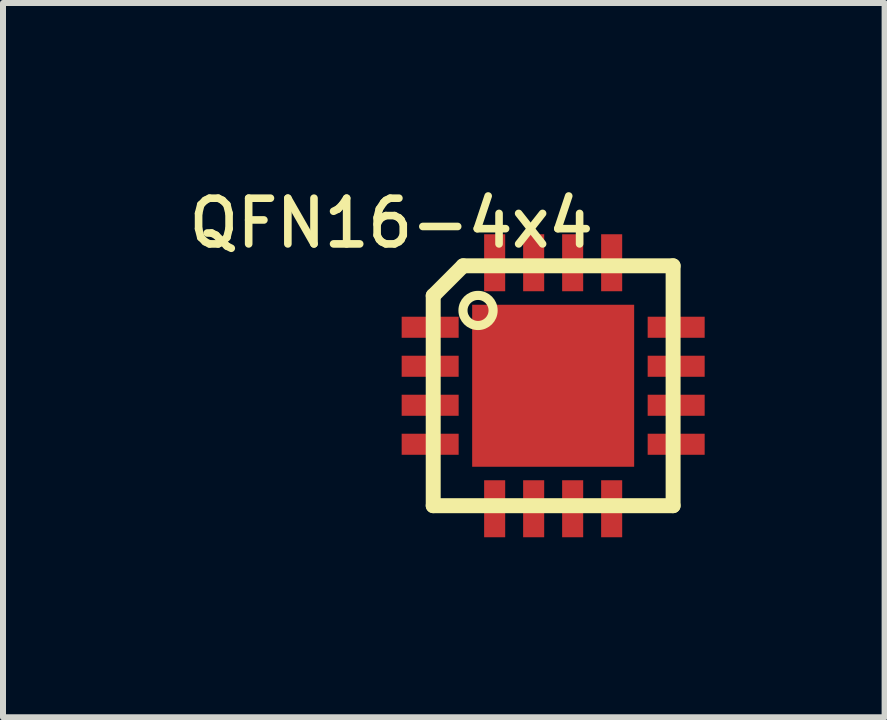
<source format=kicad_pcb>
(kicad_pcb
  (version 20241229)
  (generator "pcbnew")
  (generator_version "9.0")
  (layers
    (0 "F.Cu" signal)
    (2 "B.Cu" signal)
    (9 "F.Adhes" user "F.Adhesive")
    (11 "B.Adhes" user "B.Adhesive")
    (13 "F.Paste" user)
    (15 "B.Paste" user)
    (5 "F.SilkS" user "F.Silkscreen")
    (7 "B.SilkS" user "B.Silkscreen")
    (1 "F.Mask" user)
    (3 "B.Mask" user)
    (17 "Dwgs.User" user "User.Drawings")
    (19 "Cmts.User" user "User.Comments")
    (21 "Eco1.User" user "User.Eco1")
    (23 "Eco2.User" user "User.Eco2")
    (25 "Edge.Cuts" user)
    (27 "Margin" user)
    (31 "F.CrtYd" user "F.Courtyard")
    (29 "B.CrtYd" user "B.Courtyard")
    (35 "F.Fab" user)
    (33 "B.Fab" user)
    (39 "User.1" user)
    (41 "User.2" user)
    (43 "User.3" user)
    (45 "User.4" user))
  (footprint "QFN16-4x4"
    (layer "F.Cu")
    (at 6.169 3.379)
    (property "Reference" "QFN16-4x4" (at -2.698 -2.71 0) (layer "F.SilkS") (effects (font (size 0.762 0.762) (thickness 0.127))))
    (attr smd)
    (fp_line (start -1.999 -1.501) (end -1.999 1.999) (stroke (width 0.249) (type solid)) (layer "F.SilkS"))
    (fp_line (start -1.501 -1.999) (end -1.999 -1.501) (stroke (width 0.249) (type solid)) (layer "F.SilkS"))
    (fp_line (start 1.999 -1.999) (end -1.501 -1.999) (stroke (width 0.249) (type solid)) (layer "F.SilkS"))
    (fp_line (start 1.999 -1.999) (end 1.999 1.999) (stroke (width 0.249) (type solid)) (layer "F.SilkS"))
    (fp_line (start 1.999 1.999) (end -1.999 1.999) (stroke (width 0.249) (type solid)) (layer "F.SilkS"))
    (fp_circle (center -1.252 -1.255) (end -1.252 -1.506) (stroke (width 0.152) (type solid)) (fill no) (layer "F.SilkS"))
    (pad "1" smd rect (at -2.05 -0.975) (size 0.95 0.351) (layers "F.Cu" "F.Mask" "F.Paste"))
    (pad "2" smd rect (at -2.05 -0.325) (size 0.95 0.351) (layers "F.Cu" "F.Mask" "F.Paste"))
    (pad "3" smd rect (at -2.05 0.325) (size 0.95 0.351) (layers "F.Cu" "F.Mask" "F.Paste"))
    (pad "4" smd rect (at -2.05 0.975) (size 0.95 0.351) (layers "F.Cu" "F.Mask" "F.Paste"))
    (pad "5" smd rect (at -0.975 2.05) (size 0.351 0.95) (layers "F.Cu" "F.Mask" "F.Paste"))
    (pad "6" smd rect (at -0.325 2.05) (size 0.351 0.95) (layers "F.Cu" "F.Mask" "F.Paste"))
    (pad "7" smd rect (at 0.325 2.05) (size 0.351 0.95) (layers "F.Cu" "F.Mask" "F.Paste"))
    (pad "8" smd rect (at 0.975 2.05) (size 0.351 0.95) (layers "F.Cu" "F.Mask" "F.Paste"))
    (pad "9" smd rect (at 2.05 0.975) (size 0.95 0.351) (layers "F.Cu" "F.Mask" "F.Paste"))
    (pad "10" smd rect (at 2.05 0.325) (size 0.95 0.351) (layers "F.Cu" "F.Mask" "F.Paste"))
    (pad "11" smd rect (at 2.05 -0.325) (size 0.95 0.351) (layers "F.Cu" "F.Mask" "F.Paste"))
    (pad "12" smd rect (at 2.05 -0.975) (size 0.95 0.351) (layers "F.Cu" "F.Mask" "F.Paste"))
    (pad "13" smd rect (at 0.975 -2.05) (size 0.351 0.95) (layers "F.Cu" "F.Mask" "F.Paste"))
    (pad "14" smd rect (at 0.325 -2.05) (size 0.351 0.95) (layers "F.Cu" "F.Mask" "F.Paste"))
    (pad "15" smd rect (at -0.325 -2.05) (size 0.351 0.95) (layers "F.Cu" "F.Mask" "F.Paste"))
    (pad "16" smd rect (at -0.975 -2.05) (size 0.351 0.95) (layers "F.Cu" "F.Mask" "F.Paste"))
    (pad "17" smd rect (at 0 0) (size 2.7 2.7) (layers "F.Cu" "F.Mask" "F.Paste")))
  (gr_rect
    (start -3 -3)
    (end 11.693 8.904)
    (stroke (width 0.1) (type default))
    (fill no)
    (layer "Edge.Cuts")))
</source>
